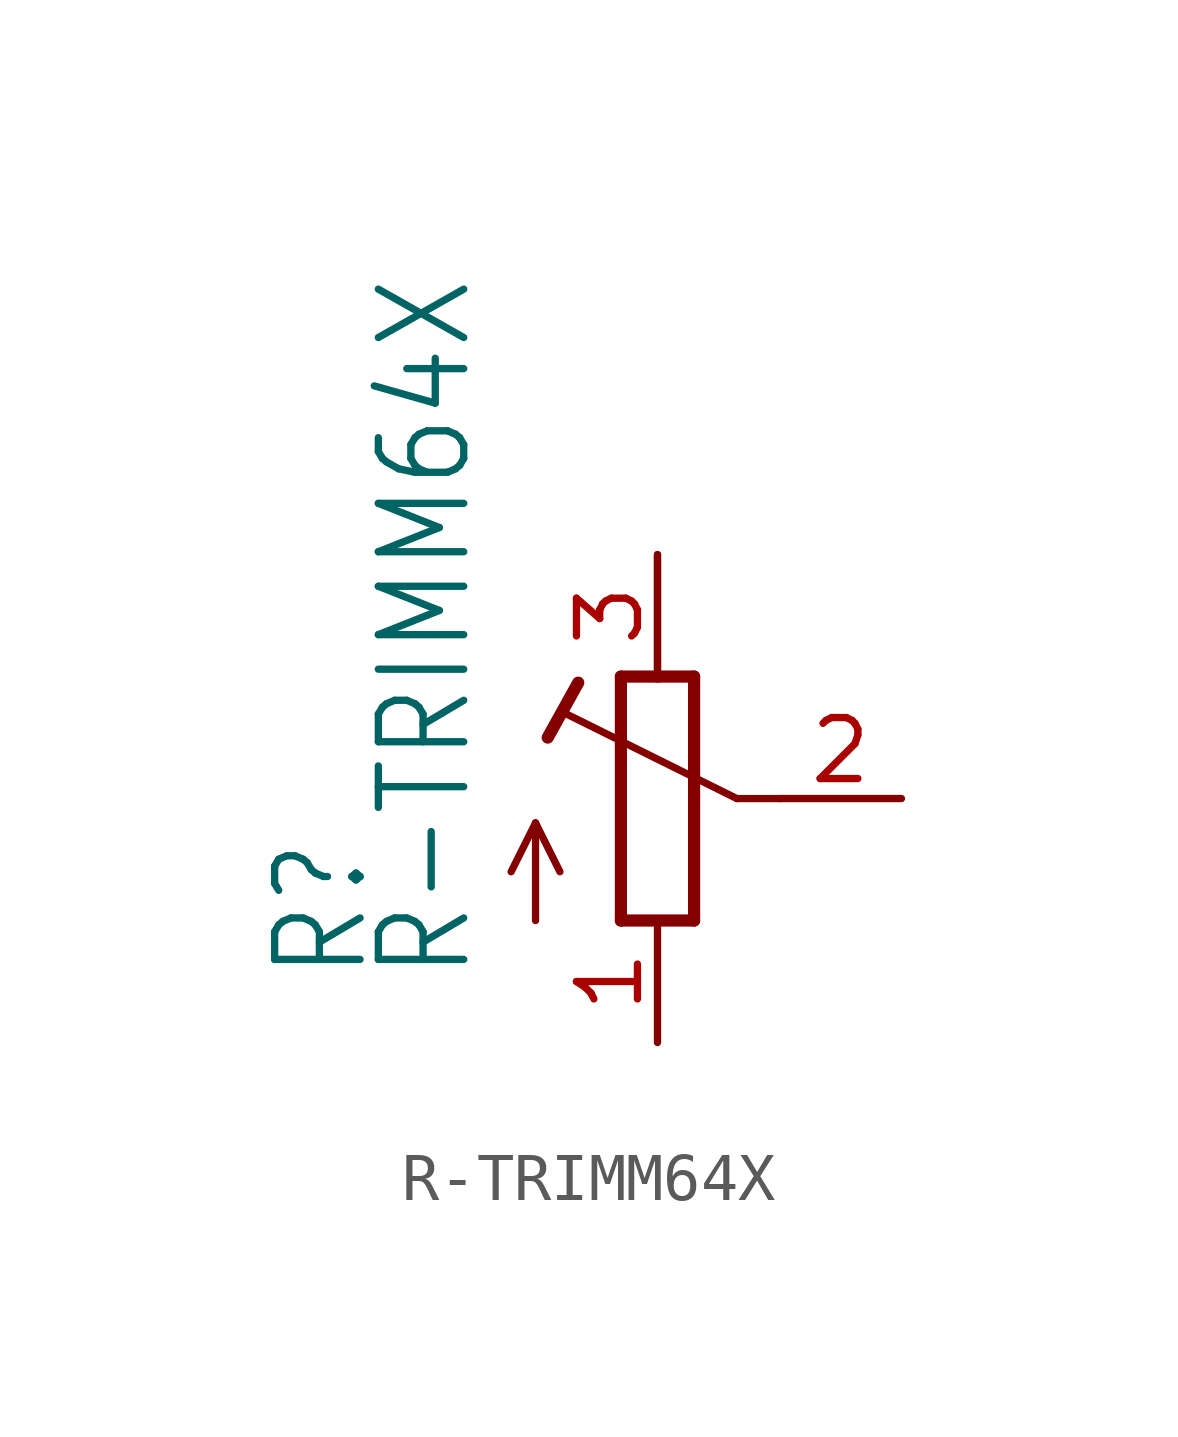
<source format=kicad_sym>
(kicad_symbol_lib
  (version 20211014)
  (generator kicad_symbol_editor)
  (symbol "R-TRIMM64X"
    (property "Reference" "R"
      (at -5.969 -3.81 90)
      (effects (font (size 1.778 1.511)) (justify left bottom)))
    (property "Value" "R-TRIMM64X"
      (at -3.81 -3.81 90)
      (effects (font (size 1.778 1.511)) (justify left bottom)))
    (property "ki_locked" ""
      (at 0 0 0)
      (effects (font (size 1.27 1.27))))
    (symbol "R-TRIMM64X_1_0"
      (polyline (pts (xy -2.54 -2.54) (xy -2.54 -0.508)) (stroke (width 0.152) (type default) (color 0 0 0 0)) (fill (type none)))
      (polyline (pts (xy -2.54 -0.508) (xy -3.048 -1.524)) (stroke (width 0.152) (type default) (color 0 0 0 0)) (fill (type none)))
      (polyline (pts (xy -2.54 -0.508) (xy -2.032 -1.524)) (stroke (width 0.152) (type default) (color 0 0 0 0)) (fill (type none)))
      (polyline (pts (xy -2.286 1.27) (xy -1.651 2.413)) (stroke (width 0.254) (type default) (color 0 0 0 0)) (fill (type none)))
      (polyline (pts (xy -0.762 -2.54) (xy 0.762 -2.54)) (stroke (width 0.254) (type default) (color 0 0 0 0)) (fill (type none)))
      (polyline (pts (xy -0.762 2.54) (xy -0.762 -2.54)) (stroke (width 0.254) (type default) (color 0 0 0 0)) (fill (type none)))
      (polyline (pts (xy 0 2.54) (xy -0.762 2.54)) (stroke (width 0.254) (type default) (color 0 0 0 0)) (fill (type none)))
      (polyline (pts (xy 0 2.54) (xy 0 5.08)) (stroke (width 0.152) (type default) (color 0 0 0 0)) (fill (type none)))
      (polyline (pts (xy 0.762 -2.54) (xy 0.762 2.54)) (stroke (width 0.254) (type default) (color 0 0 0 0)) (fill (type none)))
      (polyline (pts (xy 0.762 2.54) (xy 0 2.54)) (stroke (width 0.254) (type default) (color 0 0 0 0)) (fill (type none)))
      (polyline (pts (xy 1.651 0) (xy -1.88 1.753)) (stroke (width 0.152) (type default) (color 0 0 0 0)) (fill (type none)))
      (polyline (pts (xy 2.54 0) (xy 1.651 0)) (stroke (width 0.152) (type default) (color 0 0 0 0)) (fill (type none)))
      (pin passive line (at 0 -5.08 90) (length 2.54) (name "A" (effects (font (size 0 0)))) (number "1" (effects (font (size 1.27 1.27)))))
      (pin passive line (at 5.08 0 180) (length 2.54) (name "S" (effects (font (size 0 0)))) (number "2" (effects (font (size 1.27 1.27)))))
      (pin passive line (at 0 5.08 270) (length 2.54) (name "E" (effects (font (size 0 0)))) (number "3" (effects (font (size 1.27 1.27))))))))
</source>
